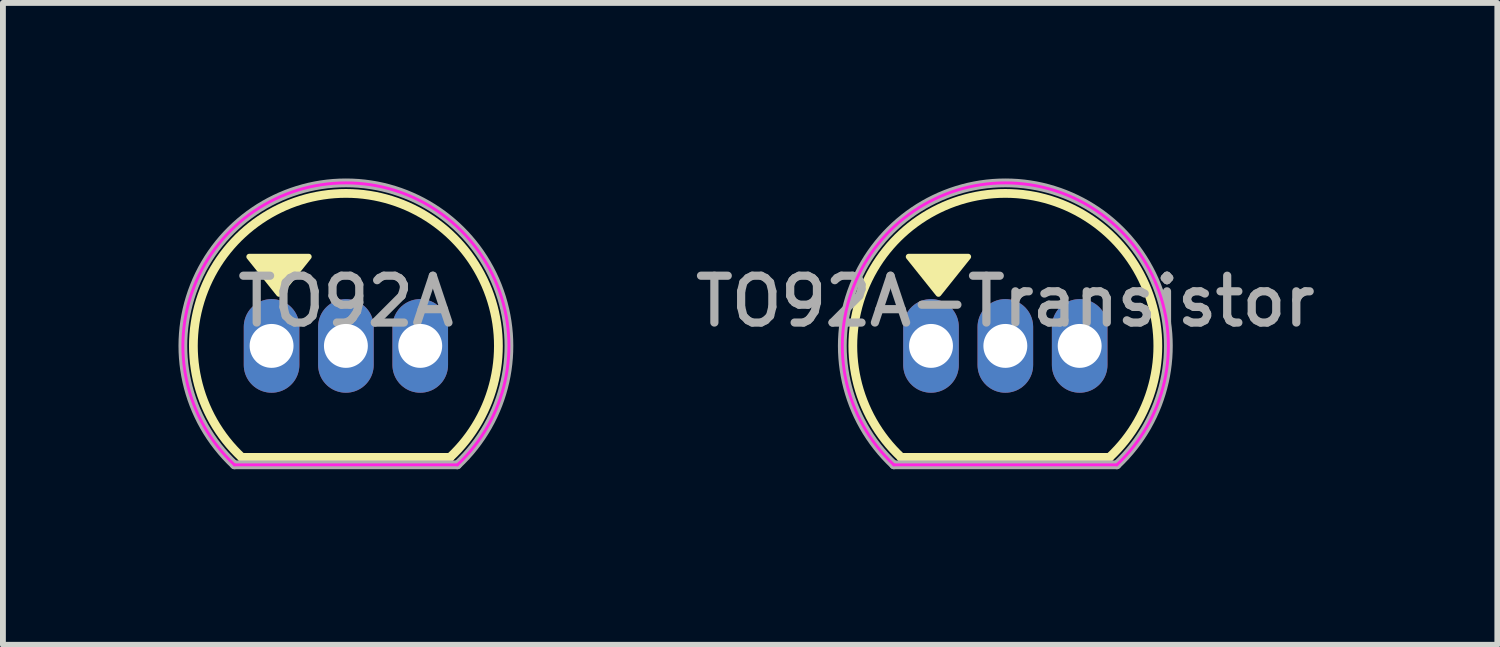
<source format=kicad_pcb>
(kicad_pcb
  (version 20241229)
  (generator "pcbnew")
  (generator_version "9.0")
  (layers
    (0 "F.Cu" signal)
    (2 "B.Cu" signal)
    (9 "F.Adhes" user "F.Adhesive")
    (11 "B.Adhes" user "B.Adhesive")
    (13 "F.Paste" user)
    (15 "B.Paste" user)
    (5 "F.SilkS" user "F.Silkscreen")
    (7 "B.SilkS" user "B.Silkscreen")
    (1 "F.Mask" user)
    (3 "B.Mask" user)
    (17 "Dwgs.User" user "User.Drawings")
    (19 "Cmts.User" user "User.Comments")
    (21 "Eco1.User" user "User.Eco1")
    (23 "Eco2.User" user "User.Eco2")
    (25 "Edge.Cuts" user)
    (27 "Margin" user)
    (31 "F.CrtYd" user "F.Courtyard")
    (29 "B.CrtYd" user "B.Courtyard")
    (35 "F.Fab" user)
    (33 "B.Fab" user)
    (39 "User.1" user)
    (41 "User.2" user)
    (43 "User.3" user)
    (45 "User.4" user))
  (footprint "TO92A-Transistor"
    (layer "F.Cu")
    (at 14.127 2.86)
    (property "Reference" "TO92A-Transistor" (at 0 -0.762 0) (layer "F.Fab") (effects (font (size 0.8 0.8) (thickness 0.14))))
    (attr through_hole)
    (fp_line (start 1.778 1.905) (end -1.778 1.905) (stroke (width 0.15) (type solid)) (layer "F.SilkS"))
    (fp_arc (start -1.779657 1.903452) (mid 0.001134 -2.605822) (end 1.778 1.905) (stroke (width 0.15) (type solid)) (layer "F.SilkS"))
    (fp_poly (pts (xy -1.143 -0.889) (xy -1.651 -1.524) (xy -0.635 -1.524)) (stroke (width 0.1) (type solid)) (fill yes) (layer "F.SilkS"))
    (fp_line (start -1.905 2.032) (end 1.905 2.032) (stroke (width 0.05) (type solid)) (layer "F.CrtYd"))
    (fp_arc (start -1.90483 2.032158) (mid -0.000116 -2.785326) (end 1.904999 2.031999) (stroke (width 0.05) (type solid)) (layer "F.CrtYd"))
    (fp_line (start -1.905 2.032) (end 1.905 2.032) (stroke (width 0.15) (type solid)) (layer "F.Fab"))
    (fp_arc (start -1.90483 2.032158) (mid -0.000116 -2.785326) (end 1.904999 2.031999) (stroke (width 0.15) (type solid)) (layer "F.Fab"))
    (pad "1" thru_hole oval (at 0 0) (size 0.95 1.6) (drill 0.75) (layers "*.Cu" "*.Mask"))
    (pad "2" thru_hole oval (at 1.27 0) (size 0.95 1.6) (drill 0.75) (layers "*.Cu" "*.Mask"))
    (pad "3" thru_hole oval (at -1.27 0) (size 0.95 1.6) (drill 0.75) (layers "*.Cu" "*.Mask")))
  (footprint "TO92A"
    (layer "F.Cu")
    (at 2.86 2.86)
    (property "Reference" "TO92A" (at 0 -0.762 0) (layer "F.Fab") (effects (font (size 0.8 0.8) (thickness 0.14))))
    (attr through_hole)
    (fp_line (start 1.778 1.905) (end -1.778 1.905) (stroke (width 0.15) (type solid)) (layer "F.SilkS"))
    (fp_arc (start -1.779657 1.903452) (mid 0.001134 -2.605822) (end 1.778 1.905) (stroke (width 0.15) (type solid)) (layer "F.SilkS"))
    (fp_poly (pts (xy -1.143 -0.889) (xy -1.651 -1.524) (xy -0.635 -1.524)) (stroke (width 0.1) (type solid)) (fill yes) (layer "F.SilkS"))
    (fp_line (start -1.905 2.032) (end 1.905 2.032) (stroke (width 0.05) (type solid)) (layer "F.CrtYd"))
    (fp_arc (start -1.90483 2.032158) (mid -0.000116 -2.785326) (end 1.904999 2.031999) (stroke (width 0.05) (type solid)) (layer "F.CrtYd"))
    (fp_line (start -1.905 2.032) (end 1.905 2.032) (stroke (width 0.15) (type solid)) (layer "F.Fab"))
    (fp_arc (start -1.90483 2.032158) (mid -0.000116 -2.785326) (end 1.904999 2.031999) (stroke (width 0.15) (type solid)) (layer "F.Fab"))
    (pad "1" thru_hole oval (at -1.27 0) (size 0.95 1.6) (drill 0.75) (layers "*.Cu" "*.Mask"))
    (pad "2" thru_hole oval (at 0 0) (size 0.95 1.6) (drill 0.75) (layers "*.Cu" "*.Mask"))
    (pad "3" thru_hole oval (at 1.27 0) (size 0.95 1.6) (drill 0.75) (layers "*.Cu" "*.Mask")))
  (gr_rect
    (start -3 -3)
    (end 22.533 7.967)
    (stroke (width 0.1) (type default))
    (fill no)
    (layer "Edge.Cuts")))
</source>
